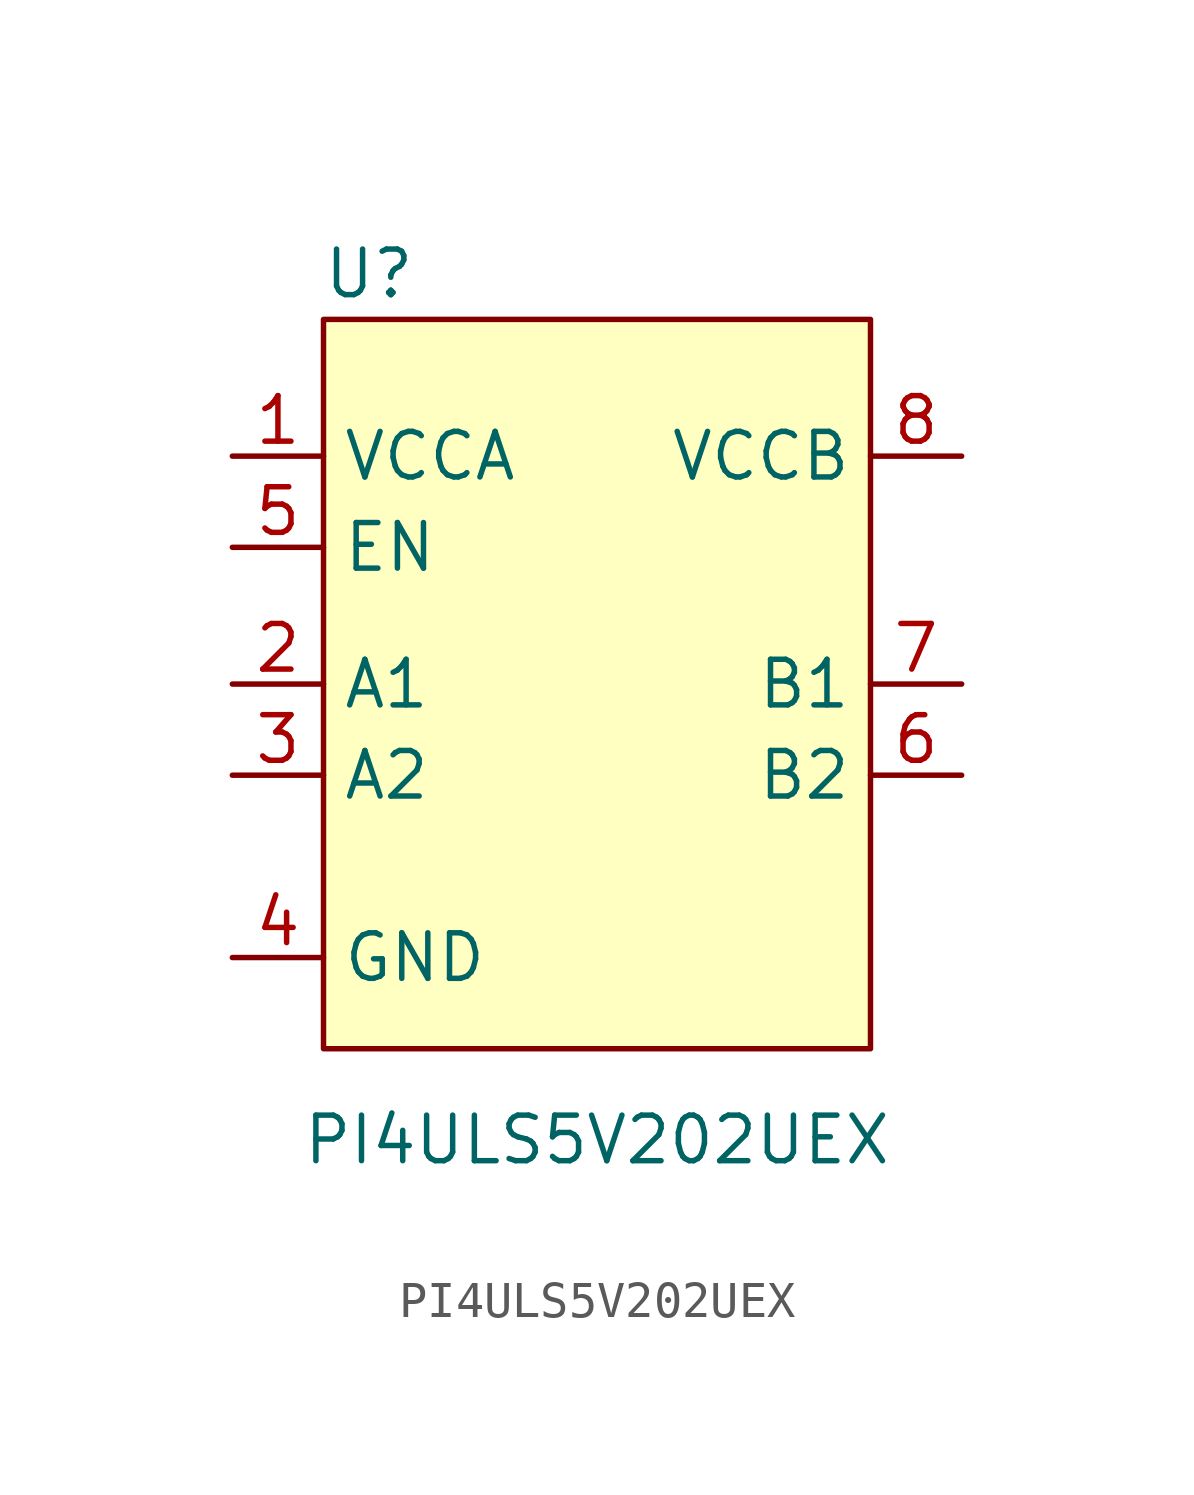
<source format=kicad_sym>
(kicad_symbol_lib
  (version 20211014)
  (generator kicad_symbol_editor)
  (symbol "PI4ULS5V202UEX"
    (property "Reference" "U"
      (at -6.35 11.43 0)
      (effects (font (size 1.27 1.27))))
    (property "Value" "PI4ULS5V202UEX"
      (at 0 -12.7 0)
      (effects (font (size 1.27 1.27))))
    (symbol "PI4ULS5V202UEX_0_1"
      (rectangle (start -7.62 10.16) (end 7.62 -10.16) (stroke (width 0) (type default) (color 0 0 0 0)) (fill (type background))))
    (symbol "PI4ULS5V202UEX_1_1"
      (pin input line (at -10.16 6.35 0) (length 2.54) (name "VCCA" (effects (font (size 1.27 1.27)))) (number "1" (effects (font (size 1.27 1.27)))))
      (pin input line (at -10.16 0 0) (length 2.54) (name "A1" (effects (font (size 1.27 1.27)))) (number "2" (effects (font (size 1.27 1.27)))))
      (pin input line (at -10.16 -2.54 0) (length 2.54) (name "A2" (effects (font (size 1.27 1.27)))) (number "3" (effects (font (size 1.27 1.27)))))
      (pin input line (at -10.16 -7.62 0) (length 2.54) (name "GND" (effects (font (size 1.27 1.27)))) (number "4" (effects (font (size 1.27 1.27)))))
      (pin input line (at -10.16 3.81 0) (length 2.54) (name "EN" (effects (font (size 1.27 1.27)))) (number "5" (effects (font (size 1.27 1.27)))))
      (pin input line (at 10.16 -2.54 180) (length 2.54) (name "B2" (effects (font (size 1.27 1.27)))) (number "6" (effects (font (size 1.27 1.27)))))
      (pin input line (at 10.16 0 180) (length 2.54) (name "B1" (effects (font (size 1.27 1.27)))) (number "7" (effects (font (size 1.27 1.27)))))
      (pin input line (at 10.16 6.35 180) (length 2.54) (name "VCCB" (effects (font (size 1.27 1.27)))) (number "8" (effects (font (size 1.27 1.27))))))))
</source>
